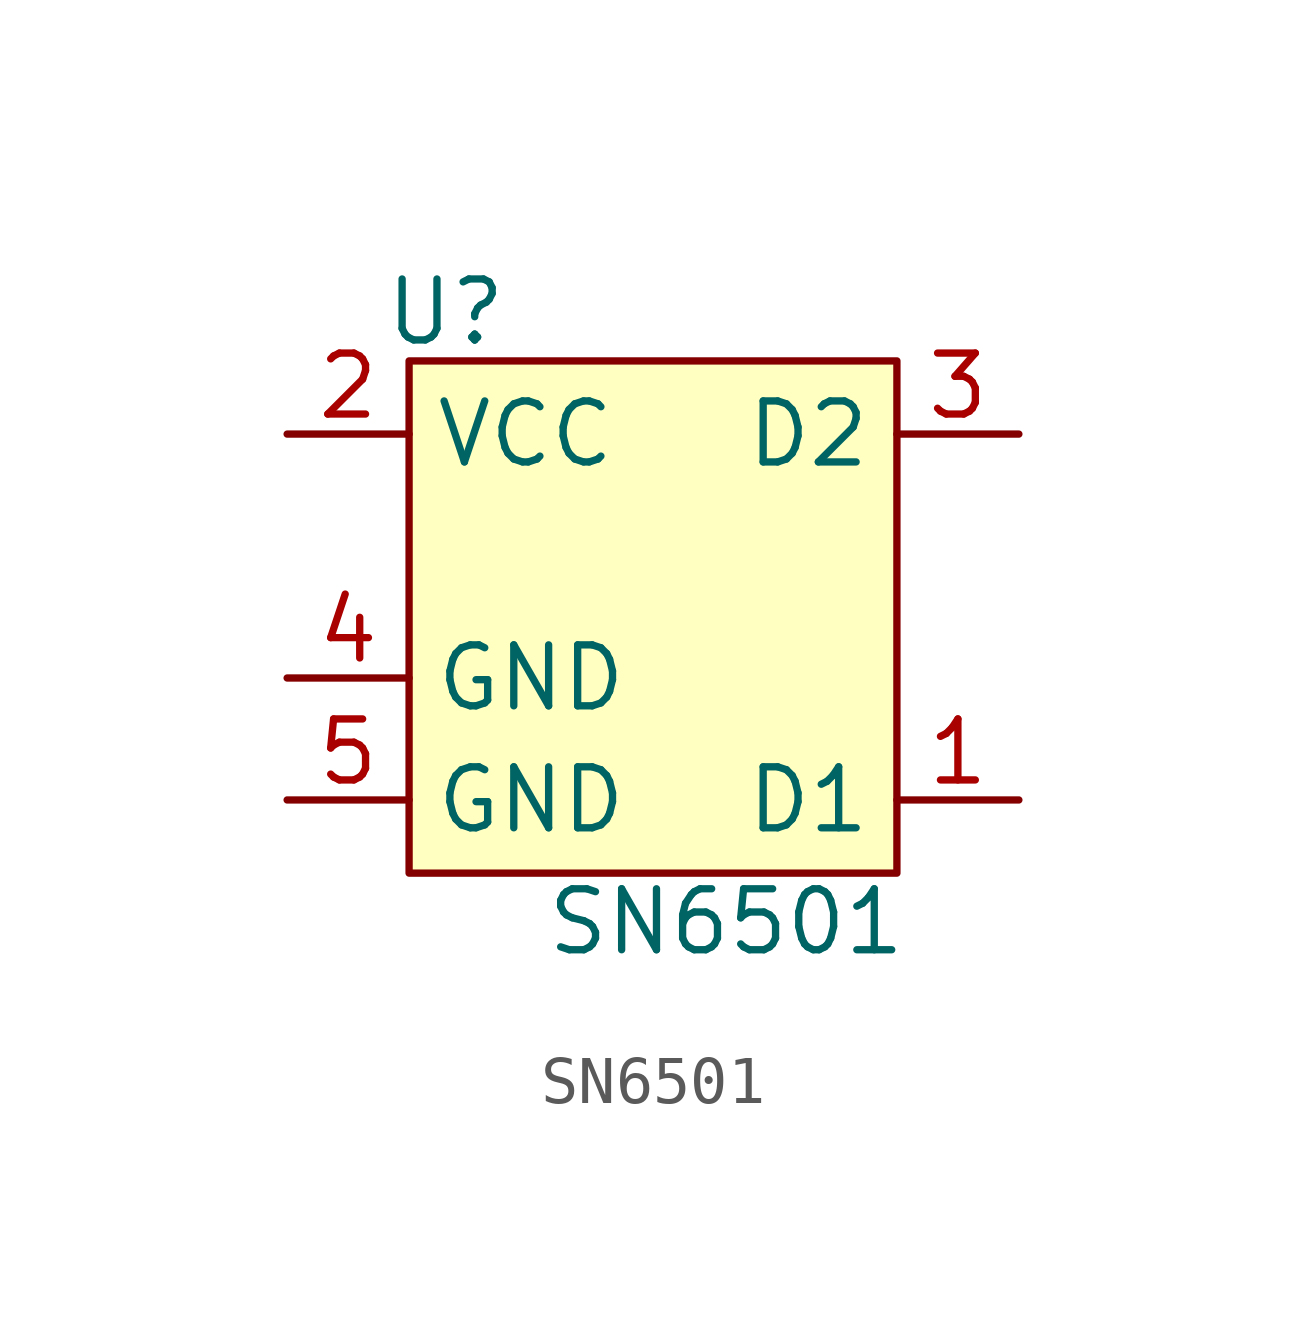
<source format=kicad_sym>
(kicad_symbol_lib
  (version 20220914)
  (generator kicad_symbol_editor)
  (symbol "SN6501"
    (property "Reference" "U"
      (at -4.318 6.35 0)
      (effects (font (size 1.27 1.27))))
    (property "Value" "SN6501"
      (at 1.524 -6.35 0)
      (effects (font (size 1.27 1.27))))
    (symbol "SN6501_1_1"
      (rectangle (start -5.08 5.334) (end 5.08 -5.334) (stroke (width 0) (type default)) (fill (type background)))
      (pin output line (at 7.62 -3.81 180) (length 2.54) (name "D1" (effects (font (size 1.27 1.27)))) (number "1" (effects (font (size 1.27 1.27)))))
      (pin power_in line (at -7.62 3.81 0) (length 2.54) (name "VCC" (effects (font (size 1.27 1.27)))) (number "2" (effects (font (size 1.27 1.27)))))
      (pin output line (at 7.62 3.81 180) (length 2.54) (name "D2" (effects (font (size 1.27 1.27)))) (number "3" (effects (font (size 1.27 1.27)))))
      (pin power_in line (at -7.62 -1.27 0) (length 2.54) (name "GND" (effects (font (size 1.27 1.27)))) (number "4" (effects (font (size 1.27 1.27)))))
      (pin power_in line (at -7.62 -3.81 0) (length 2.54) (name "GND" (effects (font (size 1.27 1.27)))) (number "5" (effects (font (size 1.27 1.27))))))))
</source>
